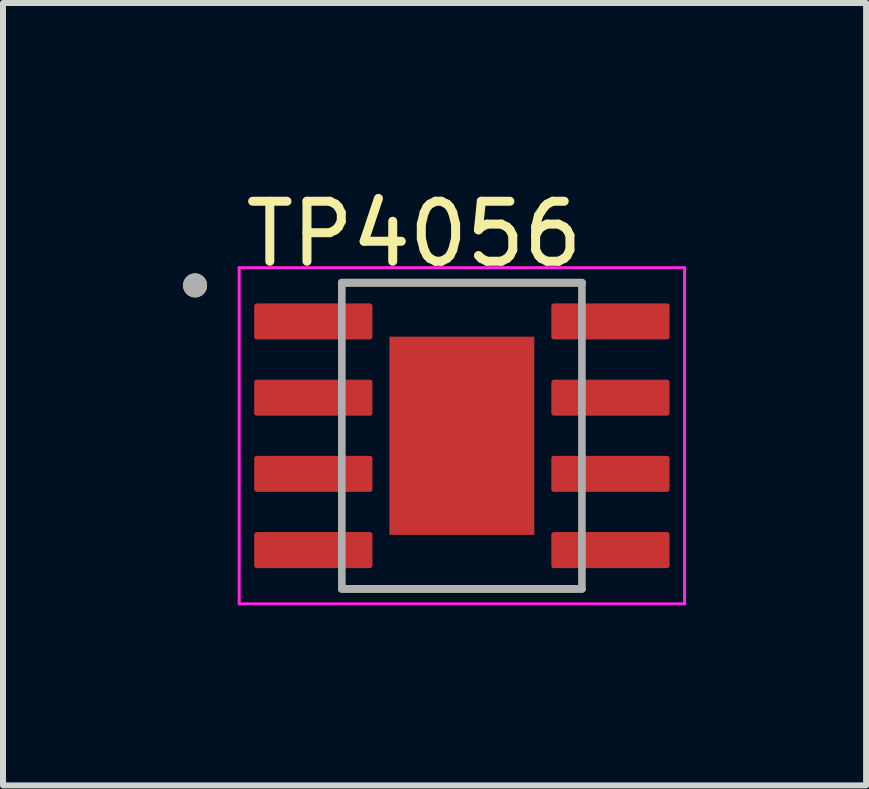
<source format=kicad_pcb>
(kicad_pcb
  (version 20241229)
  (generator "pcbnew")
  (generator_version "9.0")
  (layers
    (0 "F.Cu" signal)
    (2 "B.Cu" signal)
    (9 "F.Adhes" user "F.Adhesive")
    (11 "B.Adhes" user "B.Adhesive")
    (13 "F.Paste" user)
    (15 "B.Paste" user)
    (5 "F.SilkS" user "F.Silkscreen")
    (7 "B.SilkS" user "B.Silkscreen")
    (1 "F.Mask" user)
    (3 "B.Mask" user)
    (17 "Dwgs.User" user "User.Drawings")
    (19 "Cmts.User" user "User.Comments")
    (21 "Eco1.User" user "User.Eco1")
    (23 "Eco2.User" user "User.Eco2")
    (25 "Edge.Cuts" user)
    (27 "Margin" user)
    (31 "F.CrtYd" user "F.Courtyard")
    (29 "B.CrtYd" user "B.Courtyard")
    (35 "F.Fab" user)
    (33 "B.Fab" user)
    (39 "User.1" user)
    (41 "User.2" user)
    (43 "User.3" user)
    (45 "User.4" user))
  (footprint "TP4056"
    (layer "F.Cu")
    (at 4.645 4.21)
    (property "Reference" "TP4056" (at -0.795 -3.362 0) (layer "F.SilkS") (effects (font (size 1 1) (thickness 0.15))))
    (attr through_hole)
    (fp_line (start -2 -2.55) (end 2 -2.55) (stroke (width 0.127) (type solid)) (layer "F.SilkS"))
    (fp_line (start -2 2.55) (end 2 2.55) (stroke (width 0.127) (type solid)) (layer "F.SilkS"))
    (fp_circle (center -4.445 -2.505) (end -4.345 -2.505) (stroke (width 0.2) (type solid)) (fill no) (layer "F.SilkS"))
    (fp_poly (pts (xy -0.645 -0.82) (xy 0.645 -0.82) (xy 0.645 0.82) (xy -0.645 0.82)) (stroke (width 0.01) (type solid)) (fill yes) (layer "F.Paste"))
    (fp_line (start -3.71 -2.8) (end -3.71 2.8) (stroke (width 0.05) (type solid)) (layer "F.CrtYd"))
    (fp_line (start -3.71 -2.8) (end 3.71 -2.8) (stroke (width 0.05) (type solid)) (layer "F.CrtYd"))
    (fp_line (start -3.71 2.8) (end 3.71 2.8) (stroke (width 0.05) (type solid)) (layer "F.CrtYd"))
    (fp_line (start 3.71 -2.8) (end 3.71 2.8) (stroke (width 0.05) (type solid)) (layer "F.CrtYd"))
    (fp_line (start -2 -2.55) (end -2 2.55) (stroke (width 0.127) (type solid)) (layer "F.Fab"))
    (fp_line (start -2 -2.55) (end 2 -2.55) (stroke (width 0.127) (type solid)) (layer "F.Fab"))
    (fp_line (start -2 2.55) (end 2 2.55) (stroke (width 0.127) (type solid)) (layer "F.Fab"))
    (fp_line (start 2 -2.55) (end 2 2.55) (stroke (width 0.127) (type solid)) (layer "F.Fab"))
    (fp_circle (center -4.445 -2.505) (end -4.345 -2.505) (stroke (width 0.2) (type solid)) (fill no) (layer "F.Fab"))
    (pad "1" smd roundrect (at -2.475 -1.905) (size 1.97 0.6) (layers "F.Cu" "F.Mask" "F.Paste") (roundrect_rratio 0.07))
    (pad "2" smd roundrect (at -2.475 -0.635) (size 1.97 0.6) (layers "F.Cu" "F.Mask" "F.Paste") (roundrect_rratio 0.07))
    (pad "3" smd roundrect (at -2.475 0.635) (size 1.97 0.6) (layers "F.Cu" "F.Mask" "F.Paste") (roundrect_rratio 0.07))
    (pad "4" smd roundrect (at -2.475 1.905) (size 1.97 0.6) (layers "F.Cu" "F.Mask" "F.Paste") (roundrect_rratio 0.07))
    (pad "5" smd roundrect (at 2.475 1.905) (size 1.97 0.6) (layers "F.Cu" "F.Mask" "F.Paste") (roundrect_rratio 0.07))
    (pad "6" smd roundrect (at 2.475 0.635) (size 1.97 0.6) (layers "F.Cu" "F.Mask" "F.Paste") (roundrect_rratio 0.07))
    (pad "7" smd roundrect (at 2.475 -0.635) (size 1.97 0.6) (layers "F.Cu" "F.Mask" "F.Paste") (roundrect_rratio 0.07))
    (pad "8" smd roundrect (at 2.475 -1.905) (size 1.97 0.6) (layers "F.Cu" "F.Mask" "F.Paste") (roundrect_rratio 0.07))
    (pad "9" smd rect (at 0 0) (size 2.413 3.302) (layers "F.Cu" "F.Mask")))
  (gr_rect
    (start -3 -3)
    (end 11.38 10.035)
    (stroke (width 0.1) (type default))
    (fill no)
    (layer "Edge.Cuts")))
</source>
